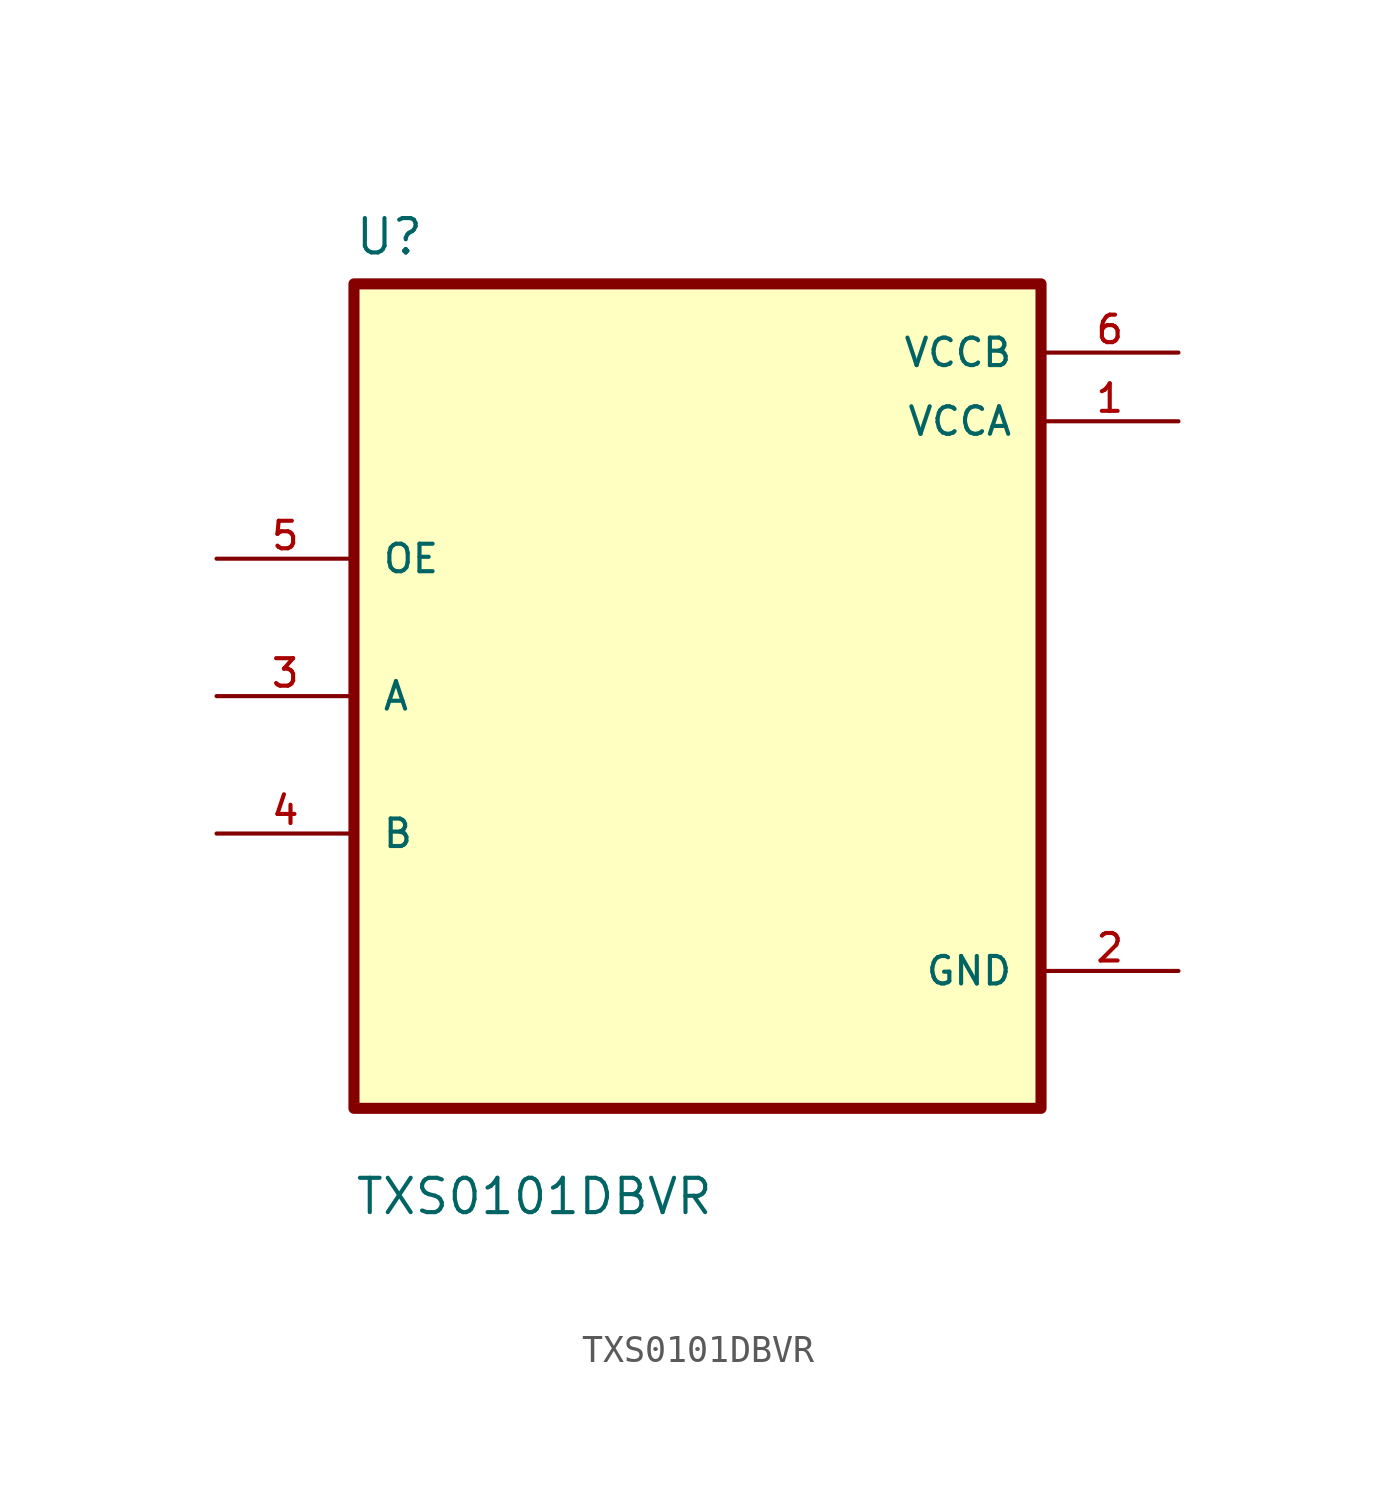
<source format=kicad_sym>
(kicad_symbol_lib
  (version 20211014)
  (generator kicad_symbol_editor)
  (symbol "TXS0101DBVR"
    (pin_names
      (offset 1.016))
    (property "Reference" "U"
      (at -12.7 16.24 0.0)
      (effects (font (size 1.27 1.27)) (justify bottom left)))
    (property "Value" "TXS0101DBVR"
      (at -12.7 -19.24 0.0)
      (effects (font (size 1.27 1.27)) (justify bottom left)))
    (symbol "TXS0101DBVR_0_0"
      (rectangle (start -12.7 -15.24) (end 12.7 15.24) (stroke (width 0.41)) (fill (type background)))
      (pin input line (at -17.78 5.08 0) (length 5.08) (name "OE" (effects (font (size 1.016 1.016)))) (number "5" (effects (font (size 1.016 1.016)))))
      (pin bidirectional line (at -17.78 0.0 0) (length 5.08) (name "A" (effects (font (size 1.016 1.016)))) (number "3" (effects (font (size 1.016 1.016)))))
      (pin bidirectional line (at -17.78 -5.08 0) (length 5.08) (name "B" (effects (font (size 1.016 1.016)))) (number "4" (effects (font (size 1.016 1.016)))))
      (pin power_in line (at 17.78 12.7 180.0) (length 5.08) (name "VCCB" (effects (font (size 1.016 1.016)))) (number "6" (effects (font (size 1.016 1.016)))))
      (pin power_in line (at 17.78 10.16 180.0) (length 5.08) (name "VCCA" (effects (font (size 1.016 1.016)))) (number "1" (effects (font (size 1.016 1.016)))))
      (pin power_in line (at 17.78 -10.16 180.0) (length 5.08) (name "GND" (effects (font (size 1.016 1.016)))) (number "2" (effects (font (size 1.016 1.016))))))))
</source>
